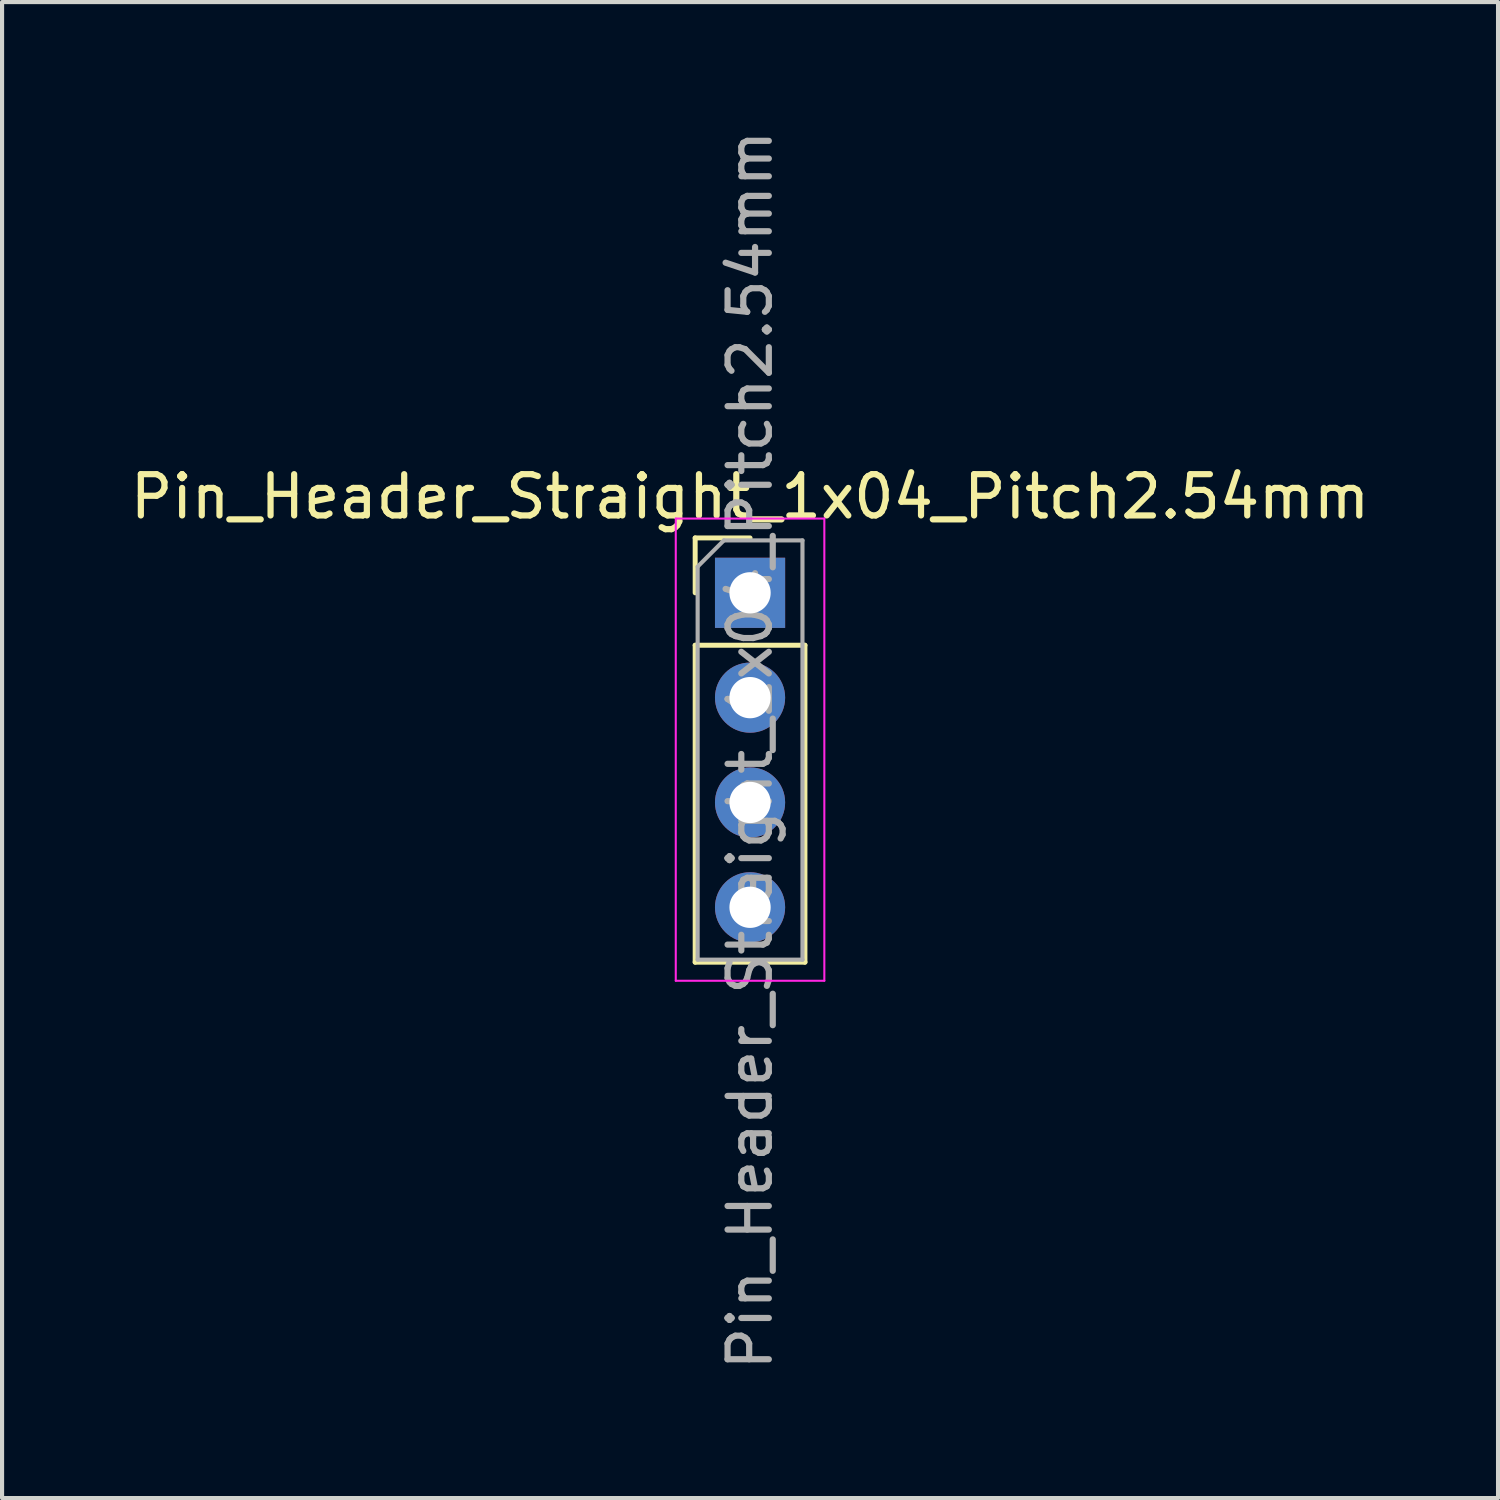
<source format=kicad_pcb>
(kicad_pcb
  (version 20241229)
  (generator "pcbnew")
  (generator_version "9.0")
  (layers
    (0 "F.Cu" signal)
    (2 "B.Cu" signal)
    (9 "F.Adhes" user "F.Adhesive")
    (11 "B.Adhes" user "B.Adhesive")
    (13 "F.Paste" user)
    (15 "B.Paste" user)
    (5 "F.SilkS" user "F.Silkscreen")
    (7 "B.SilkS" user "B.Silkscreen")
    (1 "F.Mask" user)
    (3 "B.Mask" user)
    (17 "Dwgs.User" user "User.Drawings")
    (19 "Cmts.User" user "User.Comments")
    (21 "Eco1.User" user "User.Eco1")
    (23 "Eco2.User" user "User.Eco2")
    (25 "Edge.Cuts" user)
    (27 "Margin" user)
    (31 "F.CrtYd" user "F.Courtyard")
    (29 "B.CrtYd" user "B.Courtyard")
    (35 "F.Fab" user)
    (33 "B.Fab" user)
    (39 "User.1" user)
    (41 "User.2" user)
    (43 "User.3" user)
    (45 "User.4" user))
  (footprint "Pin_Header_Straight_1x04_Pitch2.54mm"
    (layer "F.Cu")
    (at 15.125 11.315)
    (property "Reference" "Pin_Header_Straight_1x04_Pitch2.54mm" (at 0 -2.33 0) (layer "F.SilkS") (effects (font (size 1 1) (thickness 0.15))))
    (attr through_hole)
    (fp_line (start -1.33 -1.33) (end 0 -1.33) (stroke (width 0.12) (type solid)) (layer "F.SilkS"))
    (fp_line (start -1.33 0) (end -1.33 -1.33) (stroke (width 0.12) (type solid)) (layer "F.SilkS"))
    (fp_line (start -1.33 1.27) (end -1.33 8.95) (stroke (width 0.12) (type solid)) (layer "F.SilkS"))
    (fp_line (start -1.33 1.27) (end 1.33 1.27) (stroke (width 0.12) (type solid)) (layer "F.SilkS"))
    (fp_line (start -1.33 8.95) (end 1.33 8.95) (stroke (width 0.12) (type solid)) (layer "F.SilkS"))
    (fp_line (start 1.33 1.27) (end 1.33 8.95) (stroke (width 0.12) (type solid)) (layer "F.SilkS"))
    (fp_line (start -1.8 -1.8) (end -1.8 9.4) (stroke (width 0.05) (type solid)) (layer "F.CrtYd"))
    (fp_line (start -1.8 9.4) (end 1.8 9.4) (stroke (width 0.05) (type solid)) (layer "F.CrtYd"))
    (fp_line (start 1.8 -1.8) (end -1.8 -1.8) (stroke (width 0.05) (type solid)) (layer "F.CrtYd"))
    (fp_line (start 1.8 9.4) (end 1.8 -1.8) (stroke (width 0.05) (type solid)) (layer "F.CrtYd"))
    (fp_line (start -1.27 -0.635) (end -0.635 -1.27) (stroke (width 0.1) (type solid)) (layer "F.Fab"))
    (fp_line (start -1.27 8.89) (end -1.27 -0.635) (stroke (width 0.1) (type solid)) (layer "F.Fab"))
    (fp_line (start -0.635 -1.27) (end 1.27 -1.27) (stroke (width 0.1) (type solid)) (layer "F.Fab"))
    (fp_line (start 1.27 -1.27) (end 1.27 8.89) (stroke (width 0.1) (type solid)) (layer "F.Fab"))
    (fp_line (start 1.27 8.89) (end -1.27 8.89) (stroke (width 0.1) (type solid)) (layer "F.Fab"))
    (fp_text user "${REFERENCE}" (at 0 3.81 90) (layer "F.Fab") (effects (font (size 1 1) (thickness 0.15))))
    (pad "1" thru_hole rect (at 0 0) (size 1.7 1.7) (drill 1) (layers "*.Cu" "*.Mask"))
    (pad "2" thru_hole oval (at 0 2.54) (size 1.7 1.7) (drill 1) (layers "*.Cu" "*.Mask"))
    (pad "3" thru_hole oval (at 0 5.08) (size 1.7 1.7) (drill 1) (layers "*.Cu" "*.Mask"))
    (pad "4" thru_hole oval (at 0 7.62) (size 1.7 1.7) (drill 1) (layers "*.Cu" "*.Mask")))
  (gr_rect
    (start -3 -3)
    (end 33.25 33.25)
    (stroke (width 0.1) (type default))
    (fill no)
    (layer "Edge.Cuts")))
</source>
